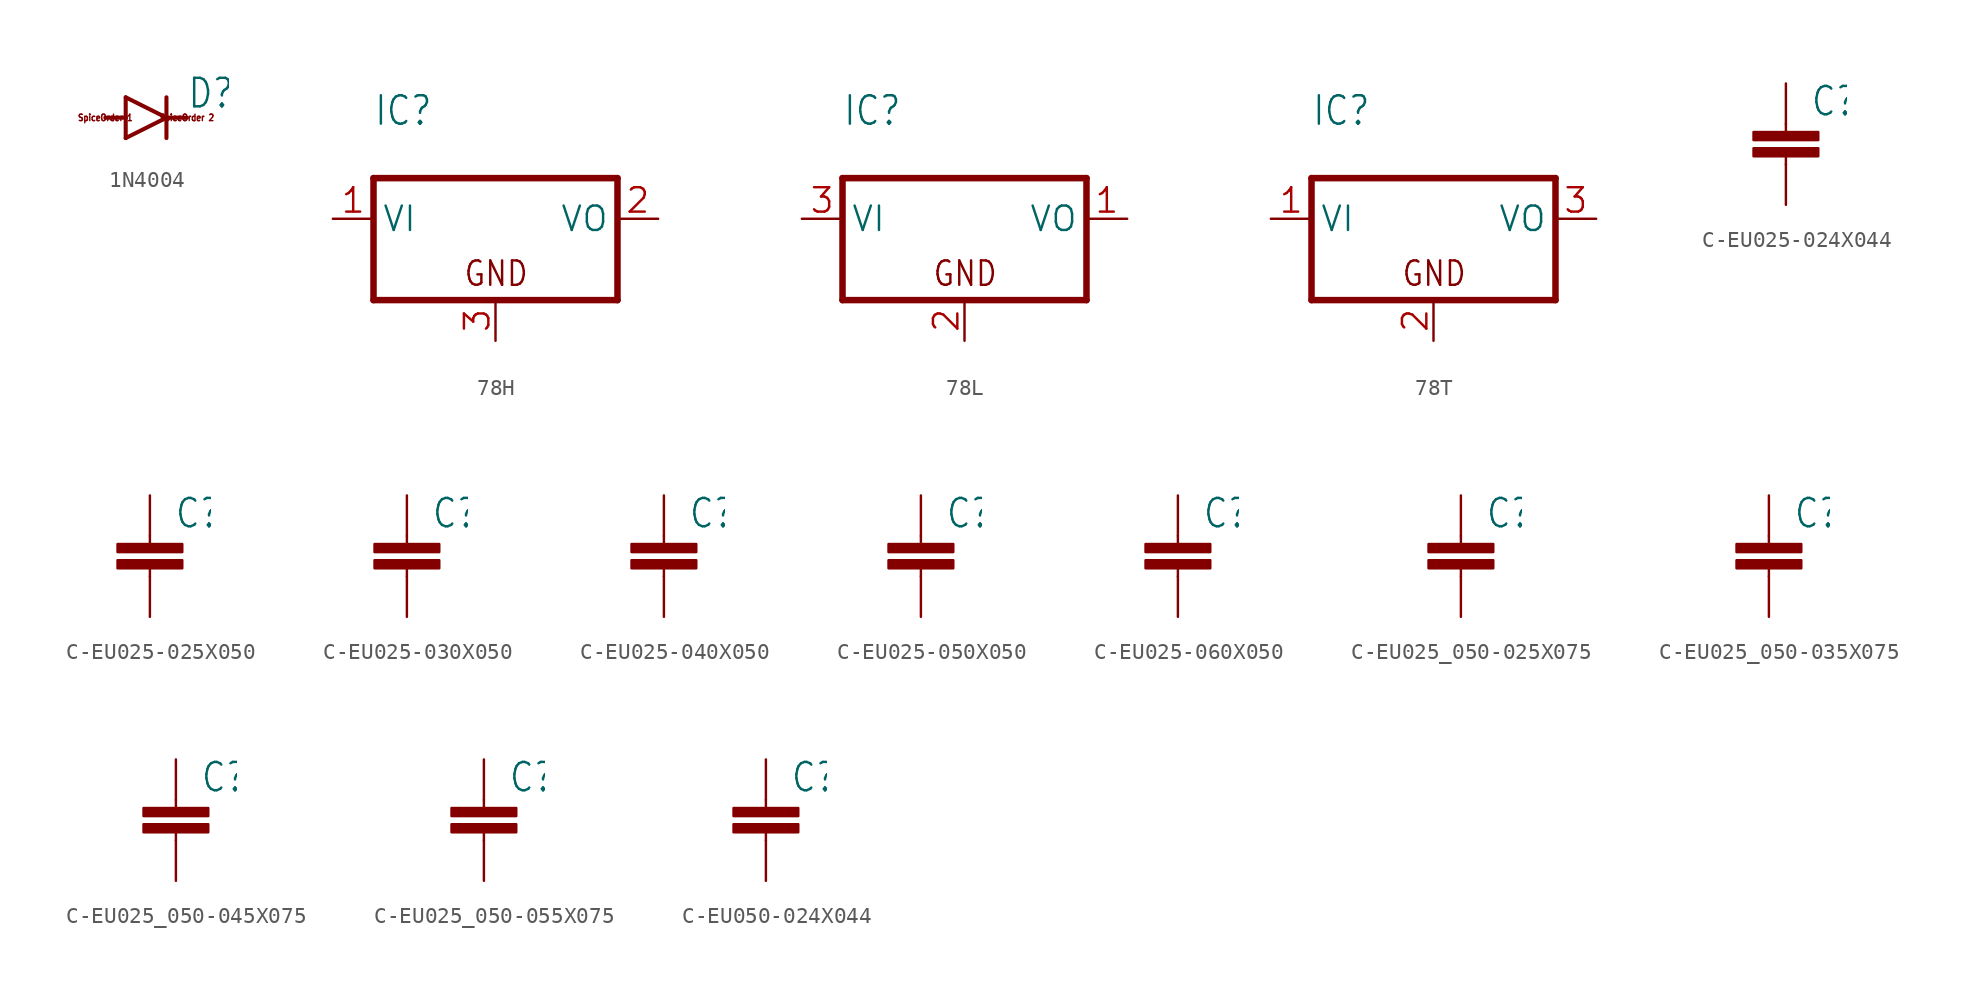
<source format=kicad_sym>
(kicad_symbol_lib
  (version 20241209)
  (generator "kicad_symbol_editor")
  (generator_version "9.0")
  (symbol "1N4004"
    (property "Reference" "D"
      (at 2.54 0.483 0)
      (effects (font (size 1.778 1.511)) (justify left bottom)))
    (property "Value" ""
      (at 2.54 -2.311 0)
      (effects (font (size 1.778 1.511)) (justify left bottom)))
    (property "ki_locked" ""
      (at 0 0 0)
      (effects (font (size 1.27 1.27))))
    (symbol "1N4004_1_0"
      (polyline (pts (xy -1.27 1.27) (xy -1.27 0)) (stroke (width 0.254) (type solid)) (fill (type none)))
      (polyline (pts (xy -1.27 0) (xy -2.54 0)) (stroke (width 0.254) (type solid)) (fill (type none)))
      (polyline (pts (xy -1.27 0) (xy -1.27 -1.27)) (stroke (width 0.254) (type solid)) (fill (type none)))
      (polyline (pts (xy -1.27 -1.27) (xy 1.27 0)) (stroke (width 0.254) (type solid)) (fill (type none)))
      (polyline (pts (xy 1.27 1.27) (xy 1.27 0)) (stroke (width 0.254) (type solid)) (fill (type none)))
      (polyline (pts (xy 1.27 0) (xy -1.27 1.27)) (stroke (width 0.254) (type solid)) (fill (type none)))
      (polyline (pts (xy 1.27 0) (xy 1.27 -1.27)) (stroke (width 0.254) (type solid)) (fill (type none)))
      (polyline (pts (xy 2.54 0) (xy 1.27 0)) (stroke (width 0.254) (type solid)) (fill (type none)))
      (text "SpiceOrder 1" (at -2.54 0 0) (effects (font (size 0.406 0.345))))
      (text "SpiceOrder 2" (at 2.54 0 0) (effects (font (size 0.406 0.345))))
      (pin passive line (at -2.54 0 0) (length 0) (name "A" (effects (font (size 0 0)))) (number "A" (effects (font (size 0 0)))))
      (pin passive line (at 2.54 0 180) (length 0) (name "C" (effects (font (size 0 0)))) (number "C" (effects (font (size 0 0)))))))
  (symbol "78H"
    (property "Reference" "IC"
      (at -7.62 5.715 0)
      (effects (font (size 1.778 1.511)) (justify left bottom)))
    (property "Value" ""
      (at -7.62 3.175 0)
      (effects (font (size 1.778 1.511)) (justify left bottom)))
    (property "ki_locked" ""
      (at 0 0 0)
      (effects (font (size 1.27 1.27))))
    (symbol "78H_1_0"
      (polyline (pts (xy -7.62 2.54) (xy -7.62 -5.08)) (stroke (width 0.406) (type solid)) (fill (type none)))
      (polyline (pts (xy -7.62 -5.08) (xy 7.62 -5.08)) (stroke (width 0.406) (type solid)) (fill (type none)))
      (polyline (pts (xy 7.62 2.54) (xy -7.62 2.54)) (stroke (width 0.406) (type solid)) (fill (type none)))
      (polyline (pts (xy 7.62 -5.08) (xy 7.62 2.54)) (stroke (width 0.406) (type solid)) (fill (type none)))
      (text "GND" (at -2.032 -4.318 0) (effects (font (size 1.524 1.295)) (justify left bottom)))
      (pin input line (at -10.16 0 0) (length 2.54) (name "VI" (effects (font (size 1.524 1.524)))) (number "1" (effects (font (size 1.524 1.524)))))
      (pin passive line (at 0 -7.62 90) (length 2.54) (name "GND" (effects (font (size 0 0)))) (number "3" (effects (font (size 1.524 1.524)))))
      (pin passive line (at 10.16 0 180) (length 2.54) (name "VO" (effects (font (size 1.524 1.524)))) (number "2" (effects (font (size 1.524 1.524)))))))
  (symbol "78L"
    (property "Reference" "IC"
      (at -7.62 5.715 0)
      (effects (font (size 1.778 1.511)) (justify left bottom)))
    (property "Value" ""
      (at -7.62 3.175 0)
      (effects (font (size 1.778 1.511)) (justify left bottom)))
    (property "ki_locked" ""
      (at 0 0 0)
      (effects (font (size 1.27 1.27))))
    (symbol "78L_1_0"
      (polyline (pts (xy -7.62 2.54) (xy -7.62 -5.08)) (stroke (width 0.406) (type solid)) (fill (type none)))
      (polyline (pts (xy -7.62 -5.08) (xy 7.62 -5.08)) (stroke (width 0.406) (type solid)) (fill (type none)))
      (polyline (pts (xy 7.62 2.54) (xy -7.62 2.54)) (stroke (width 0.406) (type solid)) (fill (type none)))
      (polyline (pts (xy 7.62 -5.08) (xy 7.62 2.54)) (stroke (width 0.406) (type solid)) (fill (type none)))
      (text "GND" (at -2.032 -4.318 0) (effects (font (size 1.524 1.295)) (justify left bottom)))
      (pin input line (at -10.16 0 0) (length 2.54) (name "VI" (effects (font (size 1.524 1.524)))) (number "3" (effects (font (size 1.524 1.524)))))
      (pin passive line (at 0 -7.62 90) (length 2.54) (name "GND" (effects (font (size 0 0)))) (number "2" (effects (font (size 1.524 1.524)))))
      (pin passive line (at 10.16 0 180) (length 2.54) (name "VO" (effects (font (size 1.524 1.524)))) (number "1" (effects (font (size 1.524 1.524)))))))
  (symbol "78T"
    (property "Reference" "IC"
      (at -7.62 5.715 0)
      (effects (font (size 1.778 1.511)) (justify left bottom)))
    (property "Value" ""
      (at -7.62 3.175 0)
      (effects (font (size 1.778 1.511)) (justify left bottom)))
    (property "ki_locked" ""
      (at 0 0 0)
      (effects (font (size 1.27 1.27))))
    (symbol "78T_1_0"
      (polyline (pts (xy -7.62 2.54) (xy -7.62 -5.08)) (stroke (width 0.406) (type solid)) (fill (type none)))
      (polyline (pts (xy -7.62 -5.08) (xy 7.62 -5.08)) (stroke (width 0.406) (type solid)) (fill (type none)))
      (polyline (pts (xy 7.62 2.54) (xy -7.62 2.54)) (stroke (width 0.406) (type solid)) (fill (type none)))
      (polyline (pts (xy 7.62 -5.08) (xy 7.62 2.54)) (stroke (width 0.406) (type solid)) (fill (type none)))
      (text "GND" (at -2.032 -4.318 0) (effects (font (size 1.524 1.295)) (justify left bottom)))
      (pin input line (at -10.16 0 0) (length 2.54) (name "VI" (effects (font (size 1.524 1.524)))) (number "1" (effects (font (size 1.524 1.524)))))
      (pin passive line (at 0 -7.62 90) (length 2.54) (name "GND" (effects (font (size 0 0)))) (number "2" (effects (font (size 1.524 1.524)))))
      (pin passive line (at 10.16 0 180) (length 2.54) (name "VO" (effects (font (size 1.524 1.524)))) (number "3" (effects (font (size 1.524 1.524)))))))
  (symbol "C-EU025-024X044"
    (property "Reference" "C"
      (at 1.524 0.381 0)
      (effects (font (size 1.778 1.511)) (justify left bottom)))
    (property "Value" ""
      (at 1.524 -4.699 0)
      (effects (font (size 1.778 1.511)) (justify left bottom)))
    (property "ki_locked" ""
      (at 0 0 0)
      (effects (font (size 1.27 1.27))))
    (symbol "C-EU025-024X044_1_0"
      (rectangle (start -2.032 -1.016) (end 2.032 -0.508) (stroke (width 0) (type default)) (fill (type outline)))
      (rectangle (start -2.032 -2.032) (end 2.032 -1.524) (stroke (width 0) (type default)) (fill (type outline)))
      (polyline (pts (xy 0 0) (xy 0 -0.508)) (stroke (width 0.152) (type solid)) (fill (type none)))
      (polyline (pts (xy 0 -2.54) (xy 0 -2.032)) (stroke (width 0.152) (type solid)) (fill (type none)))
      (pin passive line (at 0 2.54 270) (length 2.54) (name "1" (effects (font (size 0 0)))) (number "1" (effects (font (size 0 0)))))
      (pin passive line (at 0 -5.08 90) (length 2.54) (name "2" (effects (font (size 0 0)))) (number "2" (effects (font (size 0 0)))))))
  (symbol "C-EU025-025X050"
    (property "Reference" "C"
      (at 1.524 0.381 0)
      (effects (font (size 1.778 1.511)) (justify left bottom)))
    (property "Value" ""
      (at 1.524 -4.699 0)
      (effects (font (size 1.778 1.511)) (justify left bottom)))
    (property "ki_locked" ""
      (at 0 0 0)
      (effects (font (size 1.27 1.27))))
    (symbol "C-EU025-025X050_1_0"
      (rectangle (start -2.032 -1.016) (end 2.032 -0.508) (stroke (width 0) (type default)) (fill (type outline)))
      (rectangle (start -2.032 -2.032) (end 2.032 -1.524) (stroke (width 0) (type default)) (fill (type outline)))
      (polyline (pts (xy 0 0) (xy 0 -0.508)) (stroke (width 0.152) (type solid)) (fill (type none)))
      (polyline (pts (xy 0 -2.54) (xy 0 -2.032)) (stroke (width 0.152) (type solid)) (fill (type none)))
      (pin passive line (at 0 2.54 270) (length 2.54) (name "1" (effects (font (size 0 0)))) (number "1" (effects (font (size 0 0)))))
      (pin passive line (at 0 -5.08 90) (length 2.54) (name "2" (effects (font (size 0 0)))) (number "2" (effects (font (size 0 0)))))))
  (symbol "C-EU025-030X050"
    (property "Reference" "C"
      (at 1.524 0.381 0)
      (effects (font (size 1.778 1.511)) (justify left bottom)))
    (property "Value" ""
      (at 1.524 -4.699 0)
      (effects (font (size 1.778 1.511)) (justify left bottom)))
    (property "ki_locked" ""
      (at 0 0 0)
      (effects (font (size 1.27 1.27))))
    (symbol "C-EU025-030X050_1_0"
      (rectangle (start -2.032 -1.016) (end 2.032 -0.508) (stroke (width 0) (type default)) (fill (type outline)))
      (rectangle (start -2.032 -2.032) (end 2.032 -1.524) (stroke (width 0) (type default)) (fill (type outline)))
      (polyline (pts (xy 0 0) (xy 0 -0.508)) (stroke (width 0.152) (type solid)) (fill (type none)))
      (polyline (pts (xy 0 -2.54) (xy 0 -2.032)) (stroke (width 0.152) (type solid)) (fill (type none)))
      (pin passive line (at 0 2.54 270) (length 2.54) (name "1" (effects (font (size 0 0)))) (number "1" (effects (font (size 0 0)))))
      (pin passive line (at 0 -5.08 90) (length 2.54) (name "2" (effects (font (size 0 0)))) (number "2" (effects (font (size 0 0)))))))
  (symbol "C-EU025-040X050"
    (property "Reference" "C"
      (at 1.524 0.381 0)
      (effects (font (size 1.778 1.511)) (justify left bottom)))
    (property "Value" ""
      (at 1.524 -4.699 0)
      (effects (font (size 1.778 1.511)) (justify left bottom)))
    (property "ki_locked" ""
      (at 0 0 0)
      (effects (font (size 1.27 1.27))))
    (symbol "C-EU025-040X050_1_0"
      (rectangle (start -2.032 -1.016) (end 2.032 -0.508) (stroke (width 0) (type default)) (fill (type outline)))
      (rectangle (start -2.032 -2.032) (end 2.032 -1.524) (stroke (width 0) (type default)) (fill (type outline)))
      (polyline (pts (xy 0 0) (xy 0 -0.508)) (stroke (width 0.152) (type solid)) (fill (type none)))
      (polyline (pts (xy 0 -2.54) (xy 0 -2.032)) (stroke (width 0.152) (type solid)) (fill (type none)))
      (pin passive line (at 0 2.54 270) (length 2.54) (name "1" (effects (font (size 0 0)))) (number "1" (effects (font (size 0 0)))))
      (pin passive line (at 0 -5.08 90) (length 2.54) (name "2" (effects (font (size 0 0)))) (number "2" (effects (font (size 0 0)))))))
  (symbol "C-EU025-050X050"
    (property "Reference" "C"
      (at 1.524 0.381 0)
      (effects (font (size 1.778 1.511)) (justify left bottom)))
    (property "Value" ""
      (at 1.524 -4.699 0)
      (effects (font (size 1.778 1.511)) (justify left bottom)))
    (property "ki_locked" ""
      (at 0 0 0)
      (effects (font (size 1.27 1.27))))
    (symbol "C-EU025-050X050_1_0"
      (rectangle (start -2.032 -1.016) (end 2.032 -0.508) (stroke (width 0) (type default)) (fill (type outline)))
      (rectangle (start -2.032 -2.032) (end 2.032 -1.524) (stroke (width 0) (type default)) (fill (type outline)))
      (polyline (pts (xy 0 0) (xy 0 -0.508)) (stroke (width 0.152) (type solid)) (fill (type none)))
      (polyline (pts (xy 0 -2.54) (xy 0 -2.032)) (stroke (width 0.152) (type solid)) (fill (type none)))
      (pin passive line (at 0 2.54 270) (length 2.54) (name "1" (effects (font (size 0 0)))) (number "1" (effects (font (size 0 0)))))
      (pin passive line (at 0 -5.08 90) (length 2.54) (name "2" (effects (font (size 0 0)))) (number "2" (effects (font (size 0 0)))))))
  (symbol "C-EU025-060X050"
    (property "Reference" "C"
      (at 1.524 0.381 0)
      (effects (font (size 1.778 1.511)) (justify left bottom)))
    (property "Value" ""
      (at 1.524 -4.699 0)
      (effects (font (size 1.778 1.511)) (justify left bottom)))
    (property "ki_locked" ""
      (at 0 0 0)
      (effects (font (size 1.27 1.27))))
    (symbol "C-EU025-060X050_1_0"
      (rectangle (start -2.032 -1.016) (end 2.032 -0.508) (stroke (width 0) (type default)) (fill (type outline)))
      (rectangle (start -2.032 -2.032) (end 2.032 -1.524) (stroke (width 0) (type default)) (fill (type outline)))
      (polyline (pts (xy 0 0) (xy 0 -0.508)) (stroke (width 0.152) (type solid)) (fill (type none)))
      (polyline (pts (xy 0 -2.54) (xy 0 -2.032)) (stroke (width 0.152) (type solid)) (fill (type none)))
      (pin passive line (at 0 2.54 270) (length 2.54) (name "1" (effects (font (size 0 0)))) (number "1" (effects (font (size 0 0)))))
      (pin passive line (at 0 -5.08 90) (length 2.54) (name "2" (effects (font (size 0 0)))) (number "2" (effects (font (size 0 0)))))))
  (symbol "C-EU025_050-025X075"
    (property "Reference" "C"
      (at 1.524 0.381 0)
      (effects (font (size 1.778 1.511)) (justify left bottom)))
    (property "Value" ""
      (at 1.524 -4.699 0)
      (effects (font (size 1.778 1.511)) (justify left bottom)))
    (property "ki_locked" ""
      (at 0 0 0)
      (effects (font (size 1.27 1.27))))
    (symbol "C-EU025_050-025X075_1_0"
      (rectangle (start -2.032 -1.016) (end 2.032 -0.508) (stroke (width 0) (type default)) (fill (type outline)))
      (rectangle (start -2.032 -2.032) (end 2.032 -1.524) (stroke (width 0) (type default)) (fill (type outline)))
      (polyline (pts (xy 0 0) (xy 0 -0.508)) (stroke (width 0.152) (type solid)) (fill (type none)))
      (polyline (pts (xy 0 -2.54) (xy 0 -2.032)) (stroke (width 0.152) (type solid)) (fill (type none)))
      (pin passive line (at 0 2.54 270) (length 2.54) (name "1" (effects (font (size 0 0)))) (number "1" (effects (font (size 0 0)))))
      (pin passive line (at 0 -5.08 90) (length 2.54) (name "2" (effects (font (size 0 0)))) (number "2" (effects (font (size 0 0)))))))
  (symbol "C-EU025_050-035X075"
    (property "Reference" "C"
      (at 1.524 0.381 0)
      (effects (font (size 1.778 1.511)) (justify left bottom)))
    (property "Value" ""
      (at 1.524 -4.699 0)
      (effects (font (size 1.778 1.511)) (justify left bottom)))
    (property "ki_locked" ""
      (at 0 0 0)
      (effects (font (size 1.27 1.27))))
    (symbol "C-EU025_050-035X075_1_0"
      (rectangle (start -2.032 -1.016) (end 2.032 -0.508) (stroke (width 0) (type default)) (fill (type outline)))
      (rectangle (start -2.032 -2.032) (end 2.032 -1.524) (stroke (width 0) (type default)) (fill (type outline)))
      (polyline (pts (xy 0 0) (xy 0 -0.508)) (stroke (width 0.152) (type solid)) (fill (type none)))
      (polyline (pts (xy 0 -2.54) (xy 0 -2.032)) (stroke (width 0.152) (type solid)) (fill (type none)))
      (pin passive line (at 0 2.54 270) (length 2.54) (name "1" (effects (font (size 0 0)))) (number "1" (effects (font (size 0 0)))))
      (pin passive line (at 0 -5.08 90) (length 2.54) (name "2" (effects (font (size 0 0)))) (number "2" (effects (font (size 0 0)))))))
  (symbol "C-EU025_050-045X075"
    (property "Reference" "C"
      (at 1.524 0.381 0)
      (effects (font (size 1.778 1.511)) (justify left bottom)))
    (property "Value" ""
      (at 1.524 -4.699 0)
      (effects (font (size 1.778 1.511)) (justify left bottom)))
    (property "ki_locked" ""
      (at 0 0 0)
      (effects (font (size 1.27 1.27))))
    (symbol "C-EU025_050-045X075_1_0"
      (rectangle (start -2.032 -1.016) (end 2.032 -0.508) (stroke (width 0) (type default)) (fill (type outline)))
      (rectangle (start -2.032 -2.032) (end 2.032 -1.524) (stroke (width 0) (type default)) (fill (type outline)))
      (polyline (pts (xy 0 0) (xy 0 -0.508)) (stroke (width 0.152) (type solid)) (fill (type none)))
      (polyline (pts (xy 0 -2.54) (xy 0 -2.032)) (stroke (width 0.152) (type solid)) (fill (type none)))
      (pin passive line (at 0 2.54 270) (length 2.54) (name "1" (effects (font (size 0 0)))) (number "1" (effects (font (size 0 0)))))
      (pin passive line (at 0 -5.08 90) (length 2.54) (name "2" (effects (font (size 0 0)))) (number "2" (effects (font (size 0 0)))))))
  (symbol "C-EU025_050-055X075"
    (property "Reference" "C"
      (at 1.524 0.381 0)
      (effects (font (size 1.778 1.511)) (justify left bottom)))
    (property "Value" ""
      (at 1.524 -4.699 0)
      (effects (font (size 1.778 1.511)) (justify left bottom)))
    (property "ki_locked" ""
      (at 0 0 0)
      (effects (font (size 1.27 1.27))))
    (symbol "C-EU025_050-055X075_1_0"
      (rectangle (start -2.032 -1.016) (end 2.032 -0.508) (stroke (width 0) (type default)) (fill (type outline)))
      (rectangle (start -2.032 -2.032) (end 2.032 -1.524) (stroke (width 0) (type default)) (fill (type outline)))
      (polyline (pts (xy 0 0) (xy 0 -0.508)) (stroke (width 0.152) (type solid)) (fill (type none)))
      (polyline (pts (xy 0 -2.54) (xy 0 -2.032)) (stroke (width 0.152) (type solid)) (fill (type none)))
      (pin passive line (at 0 2.54 270) (length 2.54) (name "1" (effects (font (size 0 0)))) (number "1" (effects (font (size 0 0)))))
      (pin passive line (at 0 -5.08 90) (length 2.54) (name "2" (effects (font (size 0 0)))) (number "2" (effects (font (size 0 0)))))))
  (symbol "C-EU050-024X044"
    (property "Reference" "C"
      (at 1.524 0.381 0)
      (effects (font (size 1.778 1.511)) (justify left bottom)))
    (property "Value" ""
      (at 1.524 -4.699 0)
      (effects (font (size 1.778 1.511)) (justify left bottom)))
    (property "ki_locked" ""
      (at 0 0 0)
      (effects (font (size 1.27 1.27))))
    (symbol "C-EU050-024X044_1_0"
      (rectangle (start -2.032 -1.016) (end 2.032 -0.508) (stroke (width 0) (type default)) (fill (type outline)))
      (rectangle (start -2.032 -2.032) (end 2.032 -1.524) (stroke (width 0) (type default)) (fill (type outline)))
      (polyline (pts (xy 0 0) (xy 0 -0.508)) (stroke (width 0.152) (type solid)) (fill (type none)))
      (polyline (pts (xy 0 -2.54) (xy 0 -2.032)) (stroke (width 0.152) (type solid)) (fill (type none)))
      (pin passive line (at 0 2.54 270) (length 2.54) (name "1" (effects (font (size 0 0)))) (number "1" (effects (font (size 0 0)))))
      (pin passive line (at 0 -5.08 90) (length 2.54) (name "2" (effects (font (size 0 0)))) (number "2" (effects (font (size 0 0))))))))
</source>
